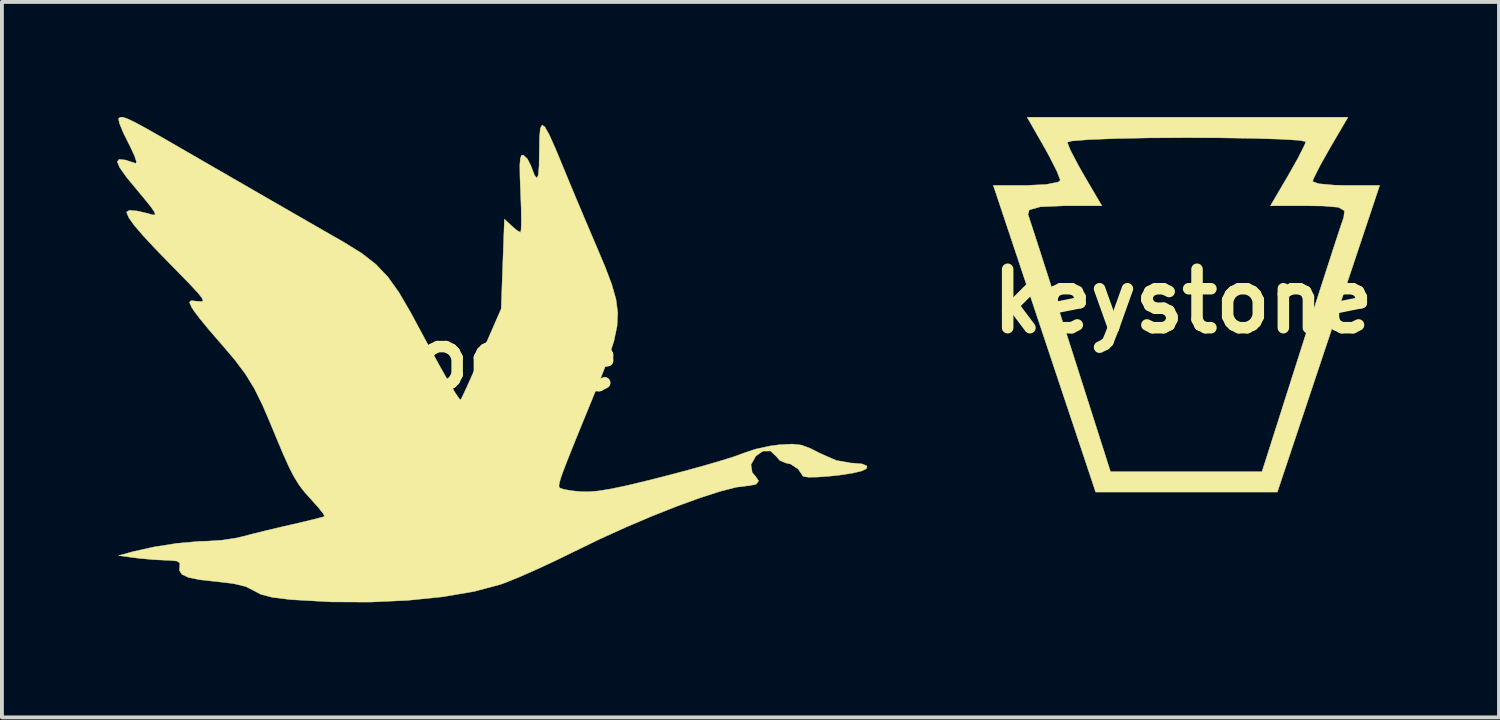
<source format=kicad_pcb>
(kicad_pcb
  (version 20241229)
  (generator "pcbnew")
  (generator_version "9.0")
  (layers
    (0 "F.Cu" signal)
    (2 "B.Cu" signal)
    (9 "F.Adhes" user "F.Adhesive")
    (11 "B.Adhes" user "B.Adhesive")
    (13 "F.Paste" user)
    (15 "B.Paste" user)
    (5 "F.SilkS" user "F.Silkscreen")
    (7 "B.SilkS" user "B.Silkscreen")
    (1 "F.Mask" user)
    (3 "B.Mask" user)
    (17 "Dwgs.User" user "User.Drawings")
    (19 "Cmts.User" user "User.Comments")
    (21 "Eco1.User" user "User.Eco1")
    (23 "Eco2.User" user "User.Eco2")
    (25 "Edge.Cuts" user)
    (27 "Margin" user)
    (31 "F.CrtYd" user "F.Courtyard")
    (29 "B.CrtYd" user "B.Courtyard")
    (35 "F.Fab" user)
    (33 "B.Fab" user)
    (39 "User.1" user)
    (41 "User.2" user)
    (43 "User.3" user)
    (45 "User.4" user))
  (footprint "goose"
    (layer "F.Cu")
    (at 9.734 6.309)
    (property "Reference" "goose" (at 0 0 0) (layer "F.SilkS") (effects (font (size 1.524 1.524) (thickness 0.3))))
    (attr through_hole)
    (fp_poly (pts (xy -9.452 -6.26) (xy -9.251 -6.163) (xy -8.955 -6.002) (xy -8.545 -5.768) (xy -8.297 -5.625) (xy -7.597 -5.221) (xy -6.858 -4.794) (xy -6.113 -4.364) (xy -5.394 -3.95) (xy -4.733 -3.569) (xy -4.162 -3.241) (xy -3.816 -3.043) (xy -3.358 -2.759) (xy -2.991 -2.473) (xy -2.679 -2.146) (xy -2.389 -1.741) (xy -2.085 -1.221) (xy -2.021 -1.101) (xy -1.647 -0.407) (xy -1.336 0.16) (xy -1.091 0.593) (xy -0.914 0.889) (xy -0.808 1.041) (xy -0.779 1.061) (xy -0.734 0.974) (xy -0.634 0.76) (xy -0.492 0.446) (xy -0.322 0.061) (xy -0.232 -0.145) (xy 0.277 -1.312) (xy 0.319 -2.481) (xy 0.361 -3.65) (xy 0.546 -3.476) (xy 0.692 -3.352) (xy 0.781 -3.302) (xy 0.796 -3.381) (xy 0.802 -3.597) (xy 0.798 -3.917) (xy 0.784 -4.308) (xy 0.783 -4.329) (xy 0.766 -4.767) (xy 0.763 -5.06) (xy 0.776 -5.233) (xy 0.806 -5.311) (xy 0.855 -5.318) (xy 0.962 -5.217) (xy 1.058 -5.025) (xy 1.061 -5.014) (xy 1.145 -4.794) (xy 1.204 -4.718) (xy 1.243 -4.792) (xy 1.264 -5.024) (xy 1.27 -5.418) (xy 1.27 -5.423) (xy 1.276 -5.785) (xy 1.297 -6.013) (xy 1.342 -6.102) (xy 1.417 -6.049) (xy 1.53 -5.848) (xy 1.687 -5.496) (xy 1.86 -5.08) (xy 2.029 -4.67) (xy 2.241 -4.162) (xy 2.473 -3.612) (xy 2.7 -3.078) (xy 2.762 -2.934) (xy 2.991 -2.391) (xy 3.16 -1.944) (xy 3.268 -1.563) (xy 3.314 -1.213) (xy 3.297 -0.863) (xy 3.217 -0.479) (xy 3.072 -0.03) (xy 2.862 0.518) (xy 2.66 1.016) (xy 2.391 1.672) (xy 2.181 2.189) (xy 2.023 2.584) (xy 1.91 2.874) (xy 1.837 3.077) (xy 1.797 3.21) (xy 1.783 3.291) (xy 1.789 3.335) (xy 1.805 3.357) (xy 1.917 3.396) (xy 2.143 3.433) (xy 2.351 3.453) (xy 2.566 3.456) (xy 2.821 3.434) (xy 3.141 3.381) (xy 3.555 3.294) (xy 4.088 3.166) (xy 4.505 3.061) (xy 5.042 2.92) (xy 5.55 2.78) (xy 5.996 2.65) (xy 6.346 2.541) (xy 6.567 2.46) (xy 6.58 2.455) (xy 6.894 2.348) (xy 7.277 2.264) (xy 7.535 2.23) (xy 7.859 2.213) (xy 8.098 2.239) (xy 8.332 2.325) (xy 8.571 2.447) (xy 9.006 2.639) (xy 9.39 2.708) (xy 9.439 2.709) (xy 9.684 2.731) (xy 9.81 2.784) (xy 9.798 2.854) (xy 9.671 2.915) (xy 9.444 2.969) (xy 9.147 3.016) (xy 8.824 3.052) (xy 8.521 3.074) (xy 8.282 3.077) (xy 8.153 3.057) (xy 8.142 3.047) (xy 8.013 2.861) (xy 7.814 2.732) (xy 7.702 2.709) (xy 7.537 2.641) (xy 7.451 2.54) (xy 7.297 2.395) (xy 7.099 2.396) (xy 6.913 2.526) (xy 6.786 2.751) (xy 6.819 2.956) (xy 6.899 3.047) (xy 6.987 3.174) (xy 6.919 3.264) (xy 6.71 3.302) (xy 6.685 3.302) (xy 6.399 3.339) (xy 5.987 3.445) (xy 5.471 3.611) (xy 4.875 3.827) (xy 4.222 4.085) (xy 3.537 4.376) (xy 2.843 4.691) (xy 2.163 5.021) (xy 2.159 5.023) (xy 1.678 5.258) (xy 1.194 5.483) (xy 0.75 5.678) (xy 0.39 5.824) (xy 0.254 5.873) (xy -0.43 6.055) (xy -1.246 6.194) (xy -2.161 6.287) (xy -3.143 6.332) (xy -4.159 6.327) (xy -5.177 6.269) (xy -5.235 6.264) (xy -5.68 6.209) (xy -5.989 6.129) (xy -6.17 6.033) (xy -6.381 5.926) (xy -6.698 5.85) (xy -7.116 5.8) (xy -7.568 5.751) (xy -7.872 5.69) (xy -8.045 5.609) (xy -8.11 5.502) (xy -8.102 5.411) (xy -8.097 5.312) (xy -8.175 5.262) (xy -8.375 5.244) (xy -8.453 5.242) (xy -8.794 5.225) (xy -9.165 5.19) (xy -9.271 5.177) (xy -9.694 5.12) (xy -9.313 5.015) (xy -8.771 4.894) (xy -8.169 4.8) (xy -7.594 4.749) (xy -7.36 4.742) (xy -6.995 4.718) (xy -6.616 4.659) (xy -6.471 4.625) (xy -6.202 4.555) (xy -5.83 4.463) (xy -5.415 4.365) (xy -5.207 4.317) (xy -4.851 4.235) (xy -4.562 4.164) (xy -4.376 4.114) (xy -4.326 4.096) (xy -4.362 4.025) (xy -4.488 3.866) (xy -4.678 3.654) (xy -4.679 3.653) (xy -4.844 3.469) (xy -4.983 3.289) (xy -5.112 3.083) (xy -5.247 2.822) (xy -5.403 2.477) (xy -5.596 2.018) (xy -5.712 1.736) (xy -5.942 1.198) (xy -6.155 0.768) (xy -6.383 0.395) (xy -6.659 0.026) (xy -7.015 -0.393) (xy -7.063 -0.448) (xy -7.327 -0.752) (xy -7.556 -1.03) (xy -7.721 -1.246) (xy -7.786 -1.344) (xy -7.847 -1.481) (xy -7.805 -1.524) (xy -7.629 -1.507) (xy -7.623 -1.506) (xy -7.529 -1.499) (xy -7.492 -1.524) (xy -7.523 -1.597) (xy -7.633 -1.734) (xy -7.836 -1.952) (xy -8.143 -2.267) (xy -8.279 -2.406) (xy -8.724 -2.863) (xy -9.055 -3.218) (xy -9.284 -3.485) (xy -9.422 -3.677) (xy -9.479 -3.808) (xy -9.483 -3.838) (xy -9.409 -3.878) (xy -9.209 -3.861) (xy -8.915 -3.793) (xy -8.812 -3.762) (xy -8.741 -3.758) (xy -8.752 -3.824) (xy -8.857 -3.977) (xy -9.065 -4.233) (xy -9.172 -4.36) (xy -9.477 -4.729) (xy -9.662 -4.987) (xy -9.729 -5.144) (xy -9.679 -5.208) (xy -9.512 -5.188) (xy -9.245 -5.1) (xy -9.228 -5.147) (xy -9.283 -5.309) (xy -9.398 -5.555) (xy -9.435 -5.627) (xy -9.574 -5.908) (xy -9.666 -6.133) (xy -9.695 -6.26) (xy -9.692 -6.269) (xy -9.652 -6.304) (xy -9.578 -6.304) (xy -9.452 -6.26)) (stroke (width 0.01) (type solid)) (fill yes) (layer "F.SilkS")))
  (footprint "keystone"
    (layer "F.Cu")
    (at 27.782 4.801)
    (property "Reference" "keystone" (at 0 0 0) (layer "F.SilkS") (effects (font (size 1.524 1.524) (thickness 0.3))))
    (attr through_hole)
    (fp_poly (pts (xy 3.836 -4.009) (xy 3.573 -3.543) (xy 3.406 -3.212) (xy 3.375 -3.121) (xy 3.535 -3.063) (xy 3.942 -3.026) (xy 4.249 -3.02) (xy 5.123 -3.02) (xy 3.79 0.977) (xy 2.456 4.973) (xy -2.279 4.973) (xy -3.612 0.977) (xy -4.694 -2.265) (xy -4.042 -2.265) (xy -3.965 -2.032) (xy -3.798 -1.518) (xy -3.56 -0.778) (xy -3.268 0.13) (xy -2.942 1.15) (xy -2.926 1.199) (xy -1.892 4.441) (xy 2.056 4.441) (xy 3.065 1.273) (xy 3.39 0.254) (xy 3.685 -0.661) (xy 3.928 -1.413) (xy 4.103 -1.944) (xy 4.187 -2.191) (xy 4.205 -2.359) (xy 4.048 -2.449) (xy 3.645 -2.483) (xy 3.288 -2.487) (xy 2.275 -2.487) (xy 2.736 -3.273) (xy 2.999 -3.739) (xy 3.166 -4.071) (xy 3.197 -4.161) (xy 3.029 -4.194) (xy 2.563 -4.223) (xy 1.854 -4.245) (xy 0.962 -4.259) (xy 0.089 -4.263) (xy -0.917 -4.257) (xy -1.788 -4.239) (xy -2.466 -4.212) (xy -2.894 -4.178) (xy -3.02 -4.145) (xy -2.937 -3.936) (xy -2.725 -3.533) (xy -2.568 -3.257) (xy -2.116 -2.487) (xy -3.12 -2.487) (xy -3.719 -2.462) (xy -4.008 -2.382) (xy -4.042 -2.265) (xy -4.694 -2.265) (xy -4.946 -3.02) (xy -4.071 -3.02) (xy -3.57 -3.044) (xy -3.255 -3.106) (xy -3.199 -3.153) (xy -3.282 -3.373) (xy -3.49 -3.784) (xy -3.633 -4.041) (xy -4.065 -4.796) (xy 4.297 -4.796) (xy 3.836 -4.009)) (stroke (width 0.01) (type solid)) (fill yes) (layer "F.SilkS")))
  (gr_rect
    (start -3 -3)
    (end 36.014 15.646)
    (stroke (width 0.1) (type default))
    (fill no)
    (layer "Edge.Cuts")))
</source>
